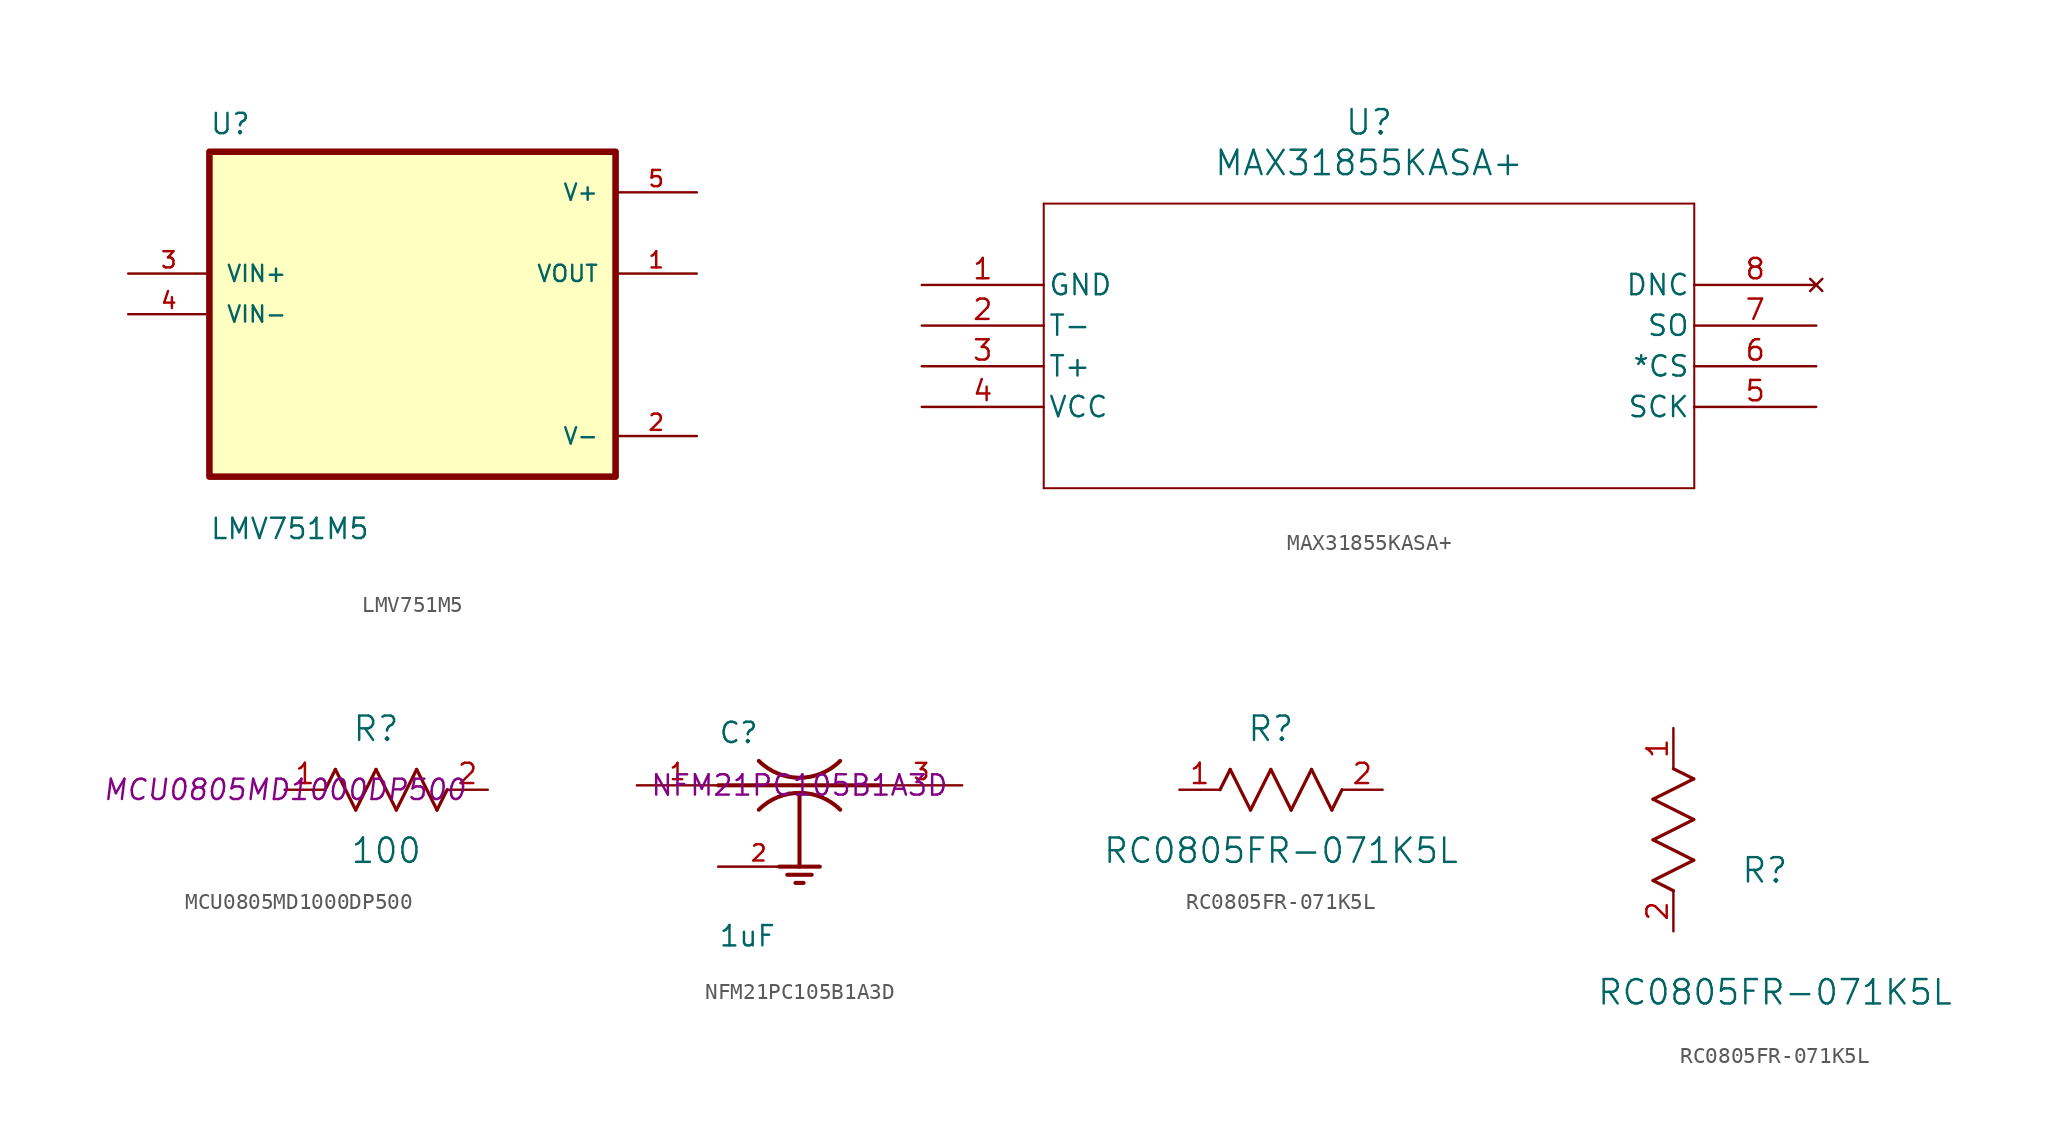
<source format=kicad_sym>
(kicad_symbol_lib
  (version 20231120)
  (generator "kicad_symbol_editor")
  (generator_version "8.0")
  (symbol "LMV751M5"
    (pin_names
      (offset 1.016))
    (property "Reference" "U"
      (at -12.7 11.16 0)
      (effects (font (size 1.27 1.27)) (justify left bottom)))
    (property "Value" "LMV751M5"
      (at -12.7 -14.16 0)
      (effects (font (size 1.27 1.27)) (justify left bottom)))
    (symbol "LMV751M5_0_0"
      (rectangle (start -12.7 -10.16) (end 12.7 10.16) (stroke (width 0.41) (type default)) (fill (type background)))
      (pin output line (at 17.78 2.54 180) (length 5.08) (name "VOUT" (effects (font (size 1.016 1.016)))) (number "1" (effects (font (size 1.016 1.016)))))
      (pin power_in line (at 17.78 -7.62 180) (length 5.08) (name "V-" (effects (font (size 1.016 1.016)))) (number "2" (effects (font (size 1.016 1.016)))))
      (pin input line (at -17.78 2.54 0) (length 5.08) (name "VIN+" (effects (font (size 1.016 1.016)))) (number "3" (effects (font (size 1.016 1.016)))))
      (pin input line (at -17.78 0 0) (length 5.08) (name "VIN-" (effects (font (size 1.016 1.016)))) (number "4" (effects (font (size 1.016 1.016)))))
      (pin power_in line (at 17.78 7.62 180) (length 5.08) (name "V+" (effects (font (size 1.016 1.016)))) (number "5" (effects (font (size 1.016 1.016)))))))
  (symbol "MAX31855KASA+"
    (pin_names
      (offset 0.254))
    (property "Reference" "U"
      (at 27.94 10.16 0)
      (effects (font (size 1.524 1.524))))
    (property "Value" "MAX31855KASA+"
      (at 27.94 7.62 0)
      (effects (font (size 1.524 1.524))))
    (property "ki_locked" ""
      (at 0 0 0)
      (effects (font (size 1.27 1.27))))
    (symbol "MAX31855KASA+_0_1"
      (polyline (pts (xy 7.62 -12.7) (xy 48.26 -12.7)) (stroke (width 0.127) (type default)) (fill (type none)))
      (polyline (pts (xy 7.62 5.08) (xy 7.62 -12.7)) (stroke (width 0.127) (type default)) (fill (type none)))
      (polyline (pts (xy 48.26 -12.7) (xy 48.26 5.08)) (stroke (width 0.127) (type default)) (fill (type none)))
      (polyline (pts (xy 48.26 5.08) (xy 7.62 5.08)) (stroke (width 0.127) (type default)) (fill (type none)))
      (pin power_in line (at 0 0 0) (length 7.62) (name "GND" (effects (font (size 1.27 1.27)))) (number "1" (effects (font (size 1.27 1.27)))))
      (pin input line (at 0 -2.54 0) (length 7.62) (name "T-" (effects (font (size 1.27 1.27)))) (number "2" (effects (font (size 1.27 1.27)))))
      (pin input line (at 0 -5.08 0) (length 7.62) (name "T+" (effects (font (size 1.27 1.27)))) (number "3" (effects (font (size 1.27 1.27)))))
      (pin power_in line (at 0 -7.62 0) (length 7.62) (name "VCC" (effects (font (size 1.27 1.27)))) (number "4" (effects (font (size 1.27 1.27)))))
      (pin input line (at 55.88 -7.62 180) (length 7.62) (name "SCK" (effects (font (size 1.27 1.27)))) (number "5" (effects (font (size 1.27 1.27)))))
      (pin unspecified line (at 55.88 -5.08 180) (length 7.62) (name "*CS" (effects (font (size 1.27 1.27)))) (number "6" (effects (font (size 1.27 1.27)))))
      (pin output line (at 55.88 -2.54 180) (length 7.62) (name "SO" (effects (font (size 1.27 1.27)))) (number "7" (effects (font (size 1.27 1.27)))))
      (pin no_connect line (at 55.88 0 180) (length 7.62) (name "DNC" (effects (font (size 1.27 1.27)))) (number "8" (effects (font (size 1.27 1.27)))))))
  (symbol "MCU0805MD1000DP500"
    (pin_names
      (offset 0.254))
    (property "Reference" "R"
      (at 5.715 3.81 0)
      (effects (font (size 1.524 1.524))))
    (property "Value" "100"
      (at 6.35 -3.81 0)
      (effects (font (size 1.524 1.524))))
    (property "Datasheet" "MCU0805MD1000DP500"
      (at 0 0 0)
      (effects (font (size 1.27 1.27) (italic yes))))
    (symbol "MCU0805MD1000DP500_0_1"
      (polyline (pts (xy 2.54 0) (xy 3.175 1.27)) (stroke (width 0.203) (type default)) (fill (type none)))
      (polyline (pts (xy 3.175 1.27) (xy 4.445 -1.27)) (stroke (width 0.203) (type default)) (fill (type none)))
      (polyline (pts (xy 4.445 -1.27) (xy 5.715 1.27)) (stroke (width 0.203) (type default)) (fill (type none)))
      (polyline (pts (xy 5.715 1.27) (xy 6.985 -1.27)) (stroke (width 0.203) (type default)) (fill (type none)))
      (polyline (pts (xy 6.985 -1.27) (xy 8.255 1.27)) (stroke (width 0.203) (type default)) (fill (type none)))
      (polyline (pts (xy 8.255 1.27) (xy 9.525 -1.27)) (stroke (width 0.203) (type default)) (fill (type none)))
      (polyline (pts (xy 9.525 -1.27) (xy 10.16 0)) (stroke (width 0.203) (type default)) (fill (type none)))
      (pin unspecified line (at 0 0 0) (length 2.54) (name "" (effects (font (size 1.27 1.27)))) (number "1" (effects (font (size 1.27 1.27)))))
      (pin unspecified line (at 12.7 0 180) (length 2.54) (name "" (effects (font (size 1.27 1.27)))) (number "2" (effects (font (size 1.27 1.27)))))))
  (symbol "NFM21PC105B1A3D"
    (pin_names
      (offset 1.016))
    (property "Reference" "C"
      (at -5.08 2.54 0)
      (effects (font (size 1.27 1.27)) (justify left bottom)))
    (property "Value" "1uF"
      (at -5.08 -10.16 0)
      (effects (font (size 1.27 1.27)) (justify left bottom)))
    (property "Datasheet" "NFM21PC105B1A3D"
      (at 0 0 0)
      (effects (font (size 1.27 1.27))))
    (symbol "NFM21PC105B1A3D_0_0"
      (arc (start -2.54 1.524) (mid 0 0.4719) (end 2.54 1.524) (stroke (width 0.254) (type default)) (fill (type none)))
      (polyline (pts (xy -5.08 0) (xy 5.08 0)) (stroke (width 0.254) (type default)) (fill (type none)))
      (polyline (pts (xy -1.27 -5.08) (xy 1.27 -5.08)) (stroke (width 0.254) (type default)) (fill (type none)))
      (polyline (pts (xy -0.762 -5.588) (xy 0.762 -5.588)) (stroke (width 0.254) (type default)) (fill (type none)))
      (polyline (pts (xy -0.254 -6.096) (xy 0.254 -6.096)) (stroke (width 0.254) (type default)) (fill (type none)))
      (polyline (pts (xy 0 -0.508) (xy 0 -5.08)) (stroke (width 0.254) (type default)) (fill (type none)))
      (arc (start 2.54 -1.524) (mid 0 -0.4719) (end -2.54 -1.524) (stroke (width 0.254) (type default)) (fill (type none)))
      (pin input line (at -10.16 0 0) (length 5.08) (name "~" (effects (font (size 1.016 1.016)))) (number "1" (effects (font (size 1.016 1.016)))))
      (pin power_in line (at -5.08 -5.08 0) (length 5.08) (name "~" (effects (font (size 1.016 1.016)))) (number "2" (effects (font (size 1.016 1.016)))))
      (pin output line (at 10.16 0 180) (length 5.08) (name "~" (effects (font (size 1.016 1.016)))) (number "3" (effects (font (size 1.016 1.016)))))))
  (symbol "RC0805FR-071K5L"
    (pin_names
      (offset 0.254))
    (property "Reference" "R"
      (at 5.715 3.81 0)
      (effects (font (size 1.524 1.524))))
    (property "Value" "RC0805FR-071K5L"
      (at 6.35 -3.81 0)
      (effects (font (size 1.524 1.524))))
    (property "ki_locked" ""
      (at 0 0 0)
      (effects (font (size 1.27 1.27))))
    (symbol "RC0805FR-071K5L_1_1"
      (polyline (pts (xy 2.54 0) (xy 3.175 1.27)) (stroke (width 0.203) (type default)) (fill (type none)))
      (polyline (pts (xy 3.175 1.27) (xy 4.445 -1.27)) (stroke (width 0.203) (type default)) (fill (type none)))
      (polyline (pts (xy 4.445 -1.27) (xy 5.715 1.27)) (stroke (width 0.203) (type default)) (fill (type none)))
      (polyline (pts (xy 5.715 1.27) (xy 6.985 -1.27)) (stroke (width 0.203) (type default)) (fill (type none)))
      (polyline (pts (xy 6.985 -1.27) (xy 8.255 1.27)) (stroke (width 0.203) (type default)) (fill (type none)))
      (polyline (pts (xy 8.255 1.27) (xy 9.525 -1.27)) (stroke (width 0.203) (type default)) (fill (type none)))
      (polyline (pts (xy 9.525 -1.27) (xy 10.16 0)) (stroke (width 0.203) (type default)) (fill (type none)))
      (pin unspecified line (at 0 0 0) (length 2.54) (name "" (effects (font (size 1.27 1.27)))) (number "1" (effects (font (size 1.27 1.27)))))
      (pin unspecified line (at 12.7 0 180) (length 2.54) (name "" (effects (font (size 1.27 1.27)))) (number "2" (effects (font (size 1.27 1.27))))))
    (symbol "RC0805FR-071K5L_1_2"
      (polyline (pts (xy -1.27 3.175) (xy 1.27 4.445)) (stroke (width 0.203) (type default)) (fill (type none)))
      (polyline (pts (xy -1.27 5.715) (xy 1.27 6.985)) (stroke (width 0.203) (type default)) (fill (type none)))
      (polyline (pts (xy -1.27 8.255) (xy 1.27 9.525)) (stroke (width 0.203) (type default)) (fill (type none)))
      (polyline (pts (xy 0 2.54) (xy -1.27 3.175)) (stroke (width 0.203) (type default)) (fill (type none)))
      (polyline (pts (xy 1.27 4.445) (xy -1.27 5.715)) (stroke (width 0.203) (type default)) (fill (type none)))
      (polyline (pts (xy 1.27 6.985) (xy -1.27 8.255)) (stroke (width 0.203) (type default)) (fill (type none)))
      (polyline (pts (xy 1.27 9.525) (xy 0 10.16)) (stroke (width 0.203) (type default)) (fill (type none)))
      (pin unspecified line (at 0 12.7 270) (length 2.54) (name "" (effects (font (size 1.27 1.27)))) (number "1" (effects (font (size 1.27 1.27)))))
      (pin unspecified line (at 0 0 90) (length 2.54) (name "" (effects (font (size 1.27 1.27)))) (number "2" (effects (font (size 1.27 1.27))))))))
</source>
